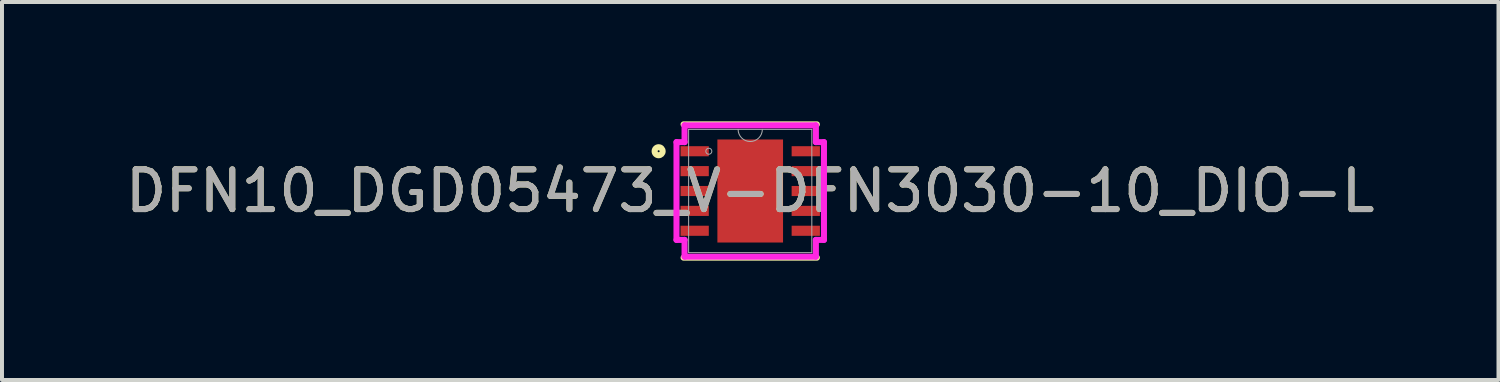
<source format=kicad_pcb>
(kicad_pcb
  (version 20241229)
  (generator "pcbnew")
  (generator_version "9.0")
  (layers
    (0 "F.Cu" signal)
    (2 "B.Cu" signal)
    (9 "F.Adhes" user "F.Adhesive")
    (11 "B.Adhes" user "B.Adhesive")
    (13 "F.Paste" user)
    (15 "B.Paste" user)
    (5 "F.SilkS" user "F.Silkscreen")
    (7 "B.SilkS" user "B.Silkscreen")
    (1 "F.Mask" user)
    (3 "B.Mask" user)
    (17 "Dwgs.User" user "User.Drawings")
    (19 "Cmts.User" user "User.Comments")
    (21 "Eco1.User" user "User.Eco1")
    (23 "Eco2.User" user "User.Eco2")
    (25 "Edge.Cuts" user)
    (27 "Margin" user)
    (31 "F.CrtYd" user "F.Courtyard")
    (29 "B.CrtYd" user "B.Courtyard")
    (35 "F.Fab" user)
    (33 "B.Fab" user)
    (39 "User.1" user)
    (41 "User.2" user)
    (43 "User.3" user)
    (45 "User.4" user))
  (footprint "DFN10_DGD05473_V-DFN3030-10_DIO-L"
    (layer "F.Cu")
    (at 15.815 1.753)
    (property "Reference" "DFN10_DGD05473_V-DFN3030-10_DIO-L" (at 0 0 0) (unlocked yes) (layer "F.SilkS") (effects (font (size 1 1) (thickness 0.15))))
    (attr smd)
    (fp_line (start -1.676 1.676) (end 1.676 1.676) (stroke (width 0.152) (type solid)) (layer "F.SilkS"))
    (fp_line (start 1.676 -1.676) (end -1.676 -1.676) (stroke (width 0.152) (type solid)) (layer "F.SilkS"))
    (fp_circle (center -2.303 -1) (end -2.202 -1) (stroke (width 0.152) (type solid)) (fill no) (layer "F.SilkS"))
    (fp_poly (pts (xy -0.726 -1.195) (xy -0.726 -0.1) (xy 0.726 -0.1) (xy 0.726 -1.195)) (stroke (width 0) (type solid)) (fill yes) (layer "F.Paste"))
    (fp_poly (pts (xy -0.726 0.1) (xy -0.726 1.195) (xy 0.726 1.195) (xy 0.726 0.1)) (stroke (width 0) (type solid)) (fill yes) (layer "F.Paste"))
    (fp_line (start -1.854 -1.229) (end -1.651 -1.229) (stroke (width 0.152) (type solid)) (layer "F.CrtYd"))
    (fp_line (start -1.854 1.229) (end -1.854 -1.229) (stroke (width 0.152) (type solid)) (layer "F.CrtYd"))
    (fp_line (start -1.854 1.229) (end -1.651 1.229) (stroke (width 0.152) (type solid)) (layer "F.CrtYd"))
    (fp_line (start -1.651 -1.651) (end 1.651 -1.651) (stroke (width 0.152) (type solid)) (layer "F.CrtYd"))
    (fp_line (start -1.651 -1.229) (end -1.651 -1.651) (stroke (width 0.152) (type solid)) (layer "F.CrtYd"))
    (fp_line (start -1.651 1.651) (end -1.651 1.229) (stroke (width 0.152) (type solid)) (layer "F.CrtYd"))
    (fp_line (start 1.651 -1.651) (end 1.651 -1.229) (stroke (width 0.152) (type solid)) (layer "F.CrtYd"))
    (fp_line (start 1.651 1.229) (end 1.651 1.651) (stroke (width 0.152) (type solid)) (layer "F.CrtYd"))
    (fp_line (start 1.651 1.651) (end -1.651 1.651) (stroke (width 0.152) (type solid)) (layer "F.CrtYd"))
    (fp_line (start 1.854 -1.229) (end 1.651 -1.229) (stroke (width 0.152) (type solid)) (layer "F.CrtYd"))
    (fp_line (start 1.854 -1.229) (end 1.854 1.229) (stroke (width 0.152) (type solid)) (layer "F.CrtYd"))
    (fp_line (start 1.854 1.229) (end 1.651 1.229) (stroke (width 0.152) (type solid)) (layer "F.CrtYd"))
    (fp_line (start -1.549 -1.549) (end -1.549 1.549) (stroke (width 0.025) (type solid)) (layer "F.Fab"))
    (fp_line (start -1.549 1.549) (end 1.549 1.549) (stroke (width 0.025) (type solid)) (layer "F.Fab"))
    (fp_line (start 1.549 -1.549) (end -1.549 -1.549) (stroke (width 0.025) (type solid)) (layer "F.Fab"))
    (fp_line (start 1.549 1.549) (end 1.549 -1.549) (stroke (width 0.025) (type solid)) (layer "F.Fab"))
    (fp_arc (start 0.3048 -1.5494) (mid 0 -1.2446) (end -0.3048 -1.5494) (stroke (width 0.0254) (type solid)) (layer "F.Fab"))
    (fp_circle (center -1.041 -1) (end -0.965 -1) (stroke (width 0.025) (type solid)) (fill no) (layer "F.Fab"))
    (fp_text user "${REFERENCE}" (at 0 0 0) (unlocked yes) (layer "F.Fab") (effects (font (size 1 1) (thickness 0.15))))
    (pad "1" smd rect (at -1.397 -1) (size 0.711 0.254) (layers "F.Cu" "F.Mask" "F.Paste"))
    (pad "2" smd rect (at -1.397 -0.5) (size 0.711 0.254) (layers "F.Cu" "F.Mask" "F.Paste"))
    (pad "3" smd rect (at -1.397 0) (size 0.711 0.254) (layers "F.Cu" "F.Mask" "F.Paste"))
    (pad "4" smd rect (at -1.397 0.5) (size 0.711 0.254) (layers "F.Cu" "F.Mask" "F.Paste"))
    (pad "5" smd rect (at -1.397 1) (size 0.711 0.254) (layers "F.Cu" "F.Mask" "F.Paste"))
    (pad "6" smd rect (at 1.397 1) (size 0.711 0.254) (layers "F.Cu" "F.Mask" "F.Paste"))
    (pad "7" smd rect (at 1.397 0.5) (size 0.711 0.254) (layers "F.Cu" "F.Mask" "F.Paste"))
    (pad "8" smd rect (at 1.397 0) (size 0.711 0.254) (layers "F.Cu" "F.Mask" "F.Paste"))
    (pad "9" smd rect (at 1.397 -0.5) (size 0.711 0.254) (layers "F.Cu" "F.Mask" "F.Paste"))
    (pad "10" smd rect (at 1.397 -1) (size 0.711 0.254) (layers "F.Cu" "F.Mask" "F.Paste"))
    (pad "11" smd rect (at 0 0) (size 1.651 2.591) (layers "F.Cu" "F.Mask" "F.Paste")))
  (gr_rect
    (start -3 -3)
    (end 34.631 6.505)
    (stroke (width 0.1) (type default))
    (fill no)
    (layer "Edge.Cuts")))
</source>
